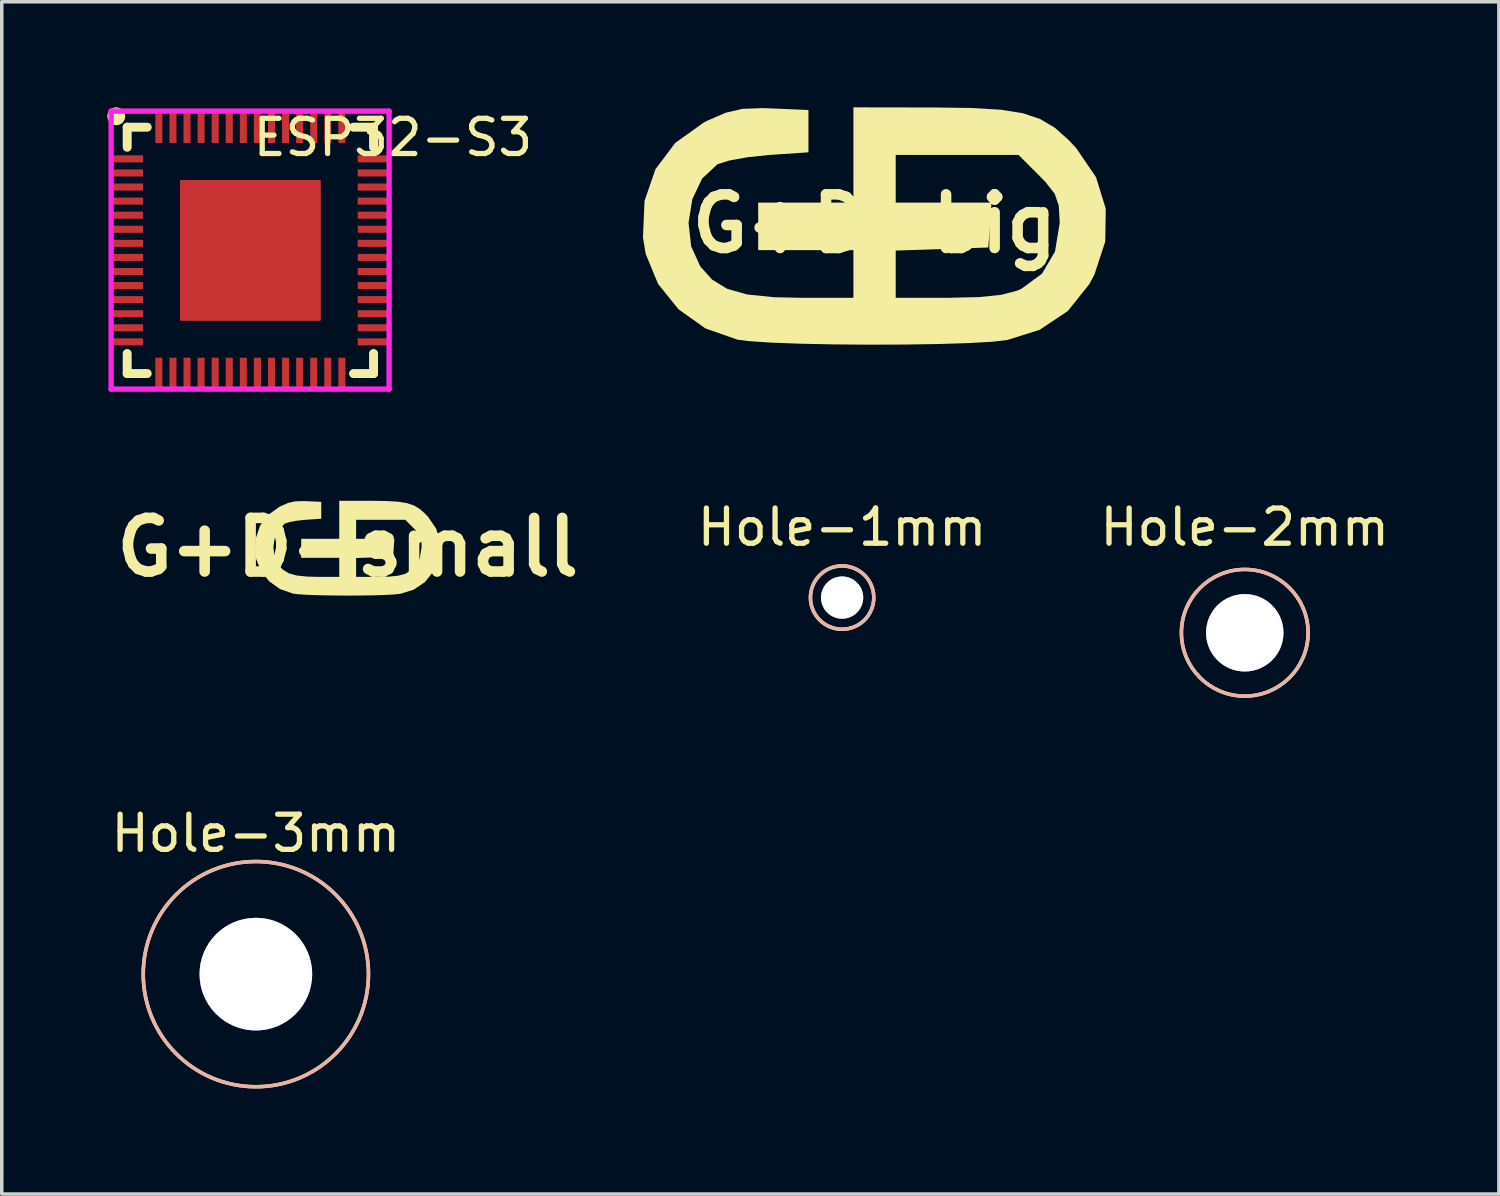
<source format=kicad_pcb>
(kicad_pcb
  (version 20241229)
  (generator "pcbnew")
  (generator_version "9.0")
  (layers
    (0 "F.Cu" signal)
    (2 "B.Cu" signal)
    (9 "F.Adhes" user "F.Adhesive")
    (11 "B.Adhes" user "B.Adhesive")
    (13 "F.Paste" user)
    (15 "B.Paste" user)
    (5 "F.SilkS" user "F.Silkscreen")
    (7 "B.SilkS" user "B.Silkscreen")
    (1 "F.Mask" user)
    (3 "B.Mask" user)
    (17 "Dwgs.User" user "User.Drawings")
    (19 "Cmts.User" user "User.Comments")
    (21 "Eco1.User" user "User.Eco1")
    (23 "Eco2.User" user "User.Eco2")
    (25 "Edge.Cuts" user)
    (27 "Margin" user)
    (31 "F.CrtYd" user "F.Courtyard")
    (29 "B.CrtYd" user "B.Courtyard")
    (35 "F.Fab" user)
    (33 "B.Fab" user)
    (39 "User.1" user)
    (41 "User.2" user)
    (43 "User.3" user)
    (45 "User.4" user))
  (footprint "Hole-1mm"
    (layer "F.Cu")
    (at 20.878 13.93)
    (property "Reference" "Hole-1mm" (at 0 -2 0) (unlocked yes) (layer "F.SilkS") (effects (font (size 1 1) (thickness 0.15))))
    (attr through_hole)
    (fp_circle (center 0 0) (end 0.9 0) (stroke (width 0.1) (type solid)) (fill no) (layer "F.SilkS"))
    (fp_circle (center 0 0) (end 0.9 0) (stroke (width 0.1) (type solid)) (fill no) (layer "B.SilkS"))
    (pad "" thru_hole circle (at 0 0) (size 1.2 1.2) (drill 1.2) (layers "*.Cu" "*.Mask")))
  (footprint "G+D-big"
    (layer "F.Cu")
    (at 21.8 3.307)
    (property "Reference" "G+D-big" (at 0 0 0) (layer "F.SilkS") (effects (font (size 1.524 1.524) (thickness 0.3))))
    (attr board_only exclude_from_pos_files exclude_from_bom)
    (fp_poly (pts (xy 1.691 -3.303) (xy 2.758 -3.289) (xy 3.579 -3.24) (xy 4.211 -3.141) (xy 4.706 -2.975) (xy 5.121 -2.728) (xy 5.51 -2.382) (xy 5.731 -2.147) (xy 6.293 -1.321) (xy 6.569 -0.427) (xy 6.555 0.505) (xy 6.248 1.444) (xy 6.102 1.716) (xy 5.491 2.481) (xy 4.689 3.015) (xy 3.771 3.304) (xy 3.337 3.354) (xy 2.665 3.392) (xy 1.816 3.418) (xy 0.852 3.433) (xy -0.168 3.437) (xy -1.18 3.428) (xy -2.126 3.409) (xy -2.942 3.378) (xy -3.569 3.336) (xy -3.895 3.294) (xy -4.804 2.976) (xy -5.571 2.432) (xy -6.152 1.71) (xy -6.504 0.856) (xy -6.581 0.384) (xy -6.536 -0.649) (xy -6.226 -1.549) (xy -5.661 -2.298) (xy -4.85 -2.878) (xy -4.74 -2.934) (xy -4.224 -3.156) (xy -3.754 -3.264) (xy -3.185 -3.285) (xy -2.914 -3.276) (xy -1.879 -3.231) (xy -1.879 -2.029) (xy -3.006 -1.953) (xy -3.605 -1.89) (xy -4.124 -1.797) (xy -4.455 -1.693) (xy -4.47 -1.685) (xy -4.901 -1.281) (xy -5.178 -0.699) (xy -5.286 -0.028) (xy -5.211 0.645) (xy -4.951 1.215) (xy -4.613 1.59) (xy -4.189 1.849) (xy -3.622 2.01) (xy -2.857 2.088) (xy -2.109 2.104) (xy -0.601 2.104) (xy 0.601 2.104) (xy 2.119 2.104) (xy 2.977 2.084) (xy 3.598 2.02) (xy 4.045 1.904) (xy 4.166 1.853) (xy 4.759 1.418) (xy 5.127 0.79) (xy 5.259 -0.013) (xy 5.26 -0.055) (xy 5.234 -0.518) (xy 5.116 -0.854) (xy 4.848 -1.195) (xy 4.677 -1.37) (xy 4.093 -1.954) (xy 0.601 -1.954) (xy 0.601 -0.601) (xy 3.324 -0.601) (xy 3.278 0.038) (xy 3.231 0.676) (xy 1.916 0.72) (xy 0.601 0.763) (xy 0.601 2.104) (xy -0.601 2.104) (xy -0.601 0.751) (xy -3.307 0.751) (xy -3.307 -0.601) (xy -0.601 -0.601) (xy -0.601 -3.307)) (stroke (width 0) (type solid)) (fill yes) (layer "F.SilkS")))
  (footprint "ESP32-S3"
    (layer "F.Cu")
    (at 4.064 4.064)
    (property "Reference" "ESP32-S3" (at 0 -3.207 0) (layer "F.SilkS") (effects (font (size 1 1) (thickness 0.15)) (justify left)))
    (attr through_hole)
    (fp_line (start -3.5 -3.5) (end -3.5 -2.931) (stroke (width 0.254) (type solid)) (layer "F.SilkS"))
    (fp_line (start -3.5 2.931) (end -3.5 3.5) (stroke (width 0.254) (type solid)) (layer "F.SilkS"))
    (fp_line (start -3.5 3.5) (end -2.931 3.5) (stroke (width 0.254) (type solid)) (layer "F.SilkS"))
    (fp_line (start -2.931 -3.5) (end -3.5 -3.5) (stroke (width 0.254) (type solid)) (layer "F.SilkS"))
    (fp_line (start 2.931 3.5) (end 3.5 3.5) (stroke (width 0.254) (type solid)) (layer "F.SilkS"))
    (fp_line (start 3.5 -3.5) (end 2.931 -3.5) (stroke (width 0.254) (type solid)) (layer "F.SilkS"))
    (fp_line (start 3.5 -2.931) (end 3.5 -3.5) (stroke (width 0.254) (type solid)) (layer "F.SilkS"))
    (fp_line (start 3.5 3.5) (end 3.5 2.931) (stroke (width 0.254) (type solid)) (layer "F.SilkS"))
    (fp_circle (center -3.81 -3.81) (end -3.683 -3.81) (stroke (width 0.254) (type solid)) (fill no) (layer "F.SilkS"))
    (fp_line (start -3.957 -3.957) (end 3.942 -3.957) (stroke (width 0.152) (type solid)) (layer "F.CrtYd"))
    (fp_line (start -3.957 3.942) (end -3.957 -3.957) (stroke (width 0.152) (type solid)) (layer "F.CrtYd"))
    (fp_line (start 3.942 -3.957) (end 3.942 3.942) (stroke (width 0.152) (type solid)) (layer "F.CrtYd"))
    (fp_line (start 3.942 3.942) (end -3.957 3.942) (stroke (width 0.152) (type solid)) (layer "F.CrtYd"))
    (pad "1" smd rect (at -3.5 -2.6 270) (size 0.2 0.9) (layers "F.Cu" "F.Mask" "F.Paste"))
    (pad "2" smd rect (at -3.5 -2.2 270) (size 0.2 0.9) (layers "F.Cu" "F.Mask" "F.Paste"))
    (pad "3" smd rect (at -3.5 -1.8 270) (size 0.2 0.9) (layers "F.Cu" "F.Mask" "F.Paste"))
    (pad "4" smd rect (at -3.5 -1.4 270) (size 0.2 0.9) (layers "F.Cu" "F.Mask" "F.Paste"))
    (pad "5" smd rect (at -3.5 -1 270) (size 0.2 0.9) (layers "F.Cu" "F.Mask" "F.Paste"))
    (pad "6" smd rect (at -3.5 -0.6 270) (size 0.2 0.9) (layers "F.Cu" "F.Mask" "F.Paste"))
    (pad "7" smd rect (at -3.5 -0.2 270) (size 0.2 0.9) (layers "F.Cu" "F.Mask" "F.Paste"))
    (pad "8" smd rect (at -3.5 0.2 270) (size 0.2 0.9) (layers "F.Cu" "F.Mask" "F.Paste"))
    (pad "9" smd rect (at -3.5 0.6 270) (size 0.2 0.9) (layers "F.Cu" "F.Mask" "F.Paste"))
    (pad "10" smd rect (at -3.5 1 270) (size 0.2 0.9) (layers "F.Cu" "F.Mask" "F.Paste"))
    (pad "11" smd rect (at -3.5 1.4 270) (size 0.2 0.9) (layers "F.Cu" "F.Mask" "F.Paste"))
    (pad "12" smd rect (at -3.5 1.8 270) (size 0.2 0.9) (layers "F.Cu" "F.Mask" "F.Paste"))
    (pad "13" smd rect (at -3.5 2.2 270) (size 0.2 0.9) (layers "F.Cu" "F.Mask" "F.Paste"))
    (pad "14" smd rect (at -3.5 2.6 270) (size 0.2 0.9) (layers "F.Cu" "F.Mask" "F.Paste"))
    (pad "15" smd rect (at -2.6 3.5) (size 0.2 0.9) (layers "F.Cu" "F.Mask" "F.Paste"))
    (pad "16" smd rect (at -2.2 3.5) (size 0.2 0.9) (layers "F.Cu" "F.Mask" "F.Paste"))
    (pad "17" smd rect (at -1.8 3.5) (size 0.2 0.9) (layers "F.Cu" "F.Mask" "F.Paste"))
    (pad "18" smd rect (at -1.4 3.5) (size 0.2 0.9) (layers "F.Cu" "F.Mask" "F.Paste"))
    (pad "19" smd rect (at -1 3.5) (size 0.2 0.9) (layers "F.Cu" "F.Mask" "F.Paste"))
    (pad "20" smd rect (at -0.6 3.5) (size 0.2 0.9) (layers "F.Cu" "F.Mask" "F.Paste"))
    (pad "21" smd rect (at -0.2 3.5) (size 0.2 0.9) (layers "F.Cu" "F.Mask" "F.Paste"))
    (pad "22" smd rect (at 0.2 3.5) (size 0.2 0.9) (layers "F.Cu" "F.Mask" "F.Paste"))
    (pad "23" smd rect (at 0.6 3.5) (size 0.2 0.9) (layers "F.Cu" "F.Mask" "F.Paste"))
    (pad "24" smd rect (at 1 3.5) (size 0.2 0.9) (layers "F.Cu" "F.Mask" "F.Paste"))
    (pad "25" smd rect (at 1.4 3.5) (size 0.2 0.9) (layers "F.Cu" "F.Mask" "F.Paste"))
    (pad "26" smd rect (at 1.8 3.5) (size 0.2 0.9) (layers "F.Cu" "F.Mask" "F.Paste"))
    (pad "27" smd rect (at 2.2 3.5) (size 0.2 0.9) (layers "F.Cu" "F.Mask" "F.Paste"))
    (pad "28" smd rect (at 2.6 3.5) (size 0.2 0.9) (layers "F.Cu" "F.Mask" "F.Paste"))
    (pad "29" smd rect (at 3.5 2.6 90) (size 0.2 0.9) (layers "F.Cu" "F.Mask" "F.Paste"))
    (pad "30" smd rect (at 3.5 2.2 90) (size 0.2 0.9) (layers "F.Cu" "F.Mask" "F.Paste"))
    (pad "31" smd rect (at 3.5 1.8 90) (size 0.2 0.9) (layers "F.Cu" "F.Mask" "F.Paste"))
    (pad "32" smd rect (at 3.5 1.4 90) (size 0.2 0.9) (layers "F.Cu" "F.Mask" "F.Paste"))
    (pad "33" smd rect (at 3.5 1 90) (size 0.2 0.9) (layers "F.Cu" "F.Mask" "F.Paste"))
    (pad "34" smd rect (at 3.5 0.6 90) (size 0.2 0.9) (layers "F.Cu" "F.Mask" "F.Paste"))
    (pad "35" smd rect (at 3.5 0.2 90) (size 0.2 0.9) (layers "F.Cu" "F.Mask" "F.Paste"))
    (pad "36" smd rect (at 3.5 -0.2 90) (size 0.2 0.9) (layers "F.Cu" "F.Mask" "F.Paste"))
    (pad "37" smd rect (at 3.5 -0.6 90) (size 0.2 0.9) (layers "F.Cu" "F.Mask" "F.Paste"))
    (pad "38" smd rect (at 3.5 -1 90) (size 0.2 0.9) (layers "F.Cu" "F.Mask" "F.Paste"))
    (pad "39" smd rect (at 3.5 -1.4 90) (size 0.2 0.9) (layers "F.Cu" "F.Mask" "F.Paste"))
    (pad "40" smd rect (at 3.5 -1.8 90) (size 0.2 0.9) (layers "F.Cu" "F.Mask" "F.Paste"))
    (pad "41" smd rect (at 3.5 -2.6 90) (size 0.2 0.9) (layers "F.Cu" "F.Mask" "F.Paste"))
    (pad "42" smd rect (at 3.5 -2.2 90) (size 0.2 0.9) (layers "F.Cu" "F.Mask" "F.Paste"))
    (pad "43" smd rect (at 2.6 -3.5 180) (size 0.2 0.9) (layers "F.Cu" "F.Mask" "F.Paste"))
    (pad "44" smd rect (at 2.2 -3.5 180) (size 0.2 0.9) (layers "F.Cu" "F.Mask" "F.Paste"))
    (pad "45" smd rect (at 1.8 -3.5 180) (size 0.2 0.9) (layers "F.Cu" "F.Mask" "F.Paste"))
    (pad "46" smd rect (at 1.4 -3.5 180) (size 0.2 0.9) (layers "F.Cu" "F.Mask" "F.Paste"))
    (pad "47" smd rect (at 1 -3.5 180) (size 0.2 0.9) (layers "F.Cu" "F.Mask" "F.Paste"))
    (pad "48" smd rect (at 0.6 -3.5 180) (size 0.2 0.9) (layers "F.Cu" "F.Mask" "F.Paste"))
    (pad "49" smd rect (at 0.2 -3.5 180) (size 0.2 0.9) (layers "F.Cu" "F.Mask" "F.Paste"))
    (pad "50" smd rect (at -0.2 -3.5 180) (size 0.2 0.9) (layers "F.Cu" "F.Mask" "F.Paste"))
    (pad "51" smd rect (at -0.6 -3.5 180) (size 0.2 0.9) (layers "F.Cu" "F.Mask" "F.Paste"))
    (pad "52" smd rect (at -1 -3.5 180) (size 0.2 0.9) (layers "F.Cu" "F.Mask" "F.Paste"))
    (pad "53" smd rect (at -1.4 -3.5 180) (size 0.2 0.9) (layers "F.Cu" "F.Mask" "F.Paste"))
    (pad "54" smd rect (at -1.8 -3.5 180) (size 0.2 0.9) (layers "F.Cu" "F.Mask" "F.Paste"))
    (pad "55" smd rect (at -2.2 -3.5 180) (size 0.2 0.9) (layers "F.Cu" "F.Mask" "F.Paste"))
    (pad "56" smd rect (at -2.6 -3.5 180) (size 0.2 0.9) (layers "F.Cu" "F.Mask" "F.Paste"))
    (pad "57" smd rect (at 0 0) (size 4 4) (layers "F.Cu" "F.Mask" "F.Paste")))
  (footprint "Hole-3mm"
    (layer "F.Cu")
    (at 4.22 24.439)
    (property "Reference" "Hole-3mm" (at 0 -3.81 0) (unlocked yes) (layer "F.SilkS") (effects (font (size 1 1) (thickness 0.15))))
    (attr through_hole)
    (fp_circle (center 0 0.19) (end 3.2 0.19) (stroke (width 0.1) (type solid)) (fill no) (layer "F.SilkS"))
    (fp_circle (center 0 0.19) (end 3.2 0.19) (stroke (width 0.1) (type solid)) (fill no) (layer "B.SilkS"))
    (pad "" thru_hole circle (at 0 0.19) (size 3.2 3.2) (drill 3.2) (layers "*.Cu" "*.Mask")))
  (footprint "Hole-2mm"
    (layer "F.Cu")
    (at 32.319 14.93)
    (property "Reference" "Hole-2mm" (at 0 -3 0) (unlocked yes) (layer "F.SilkS") (effects (font (size 1 1) (thickness 0.15))))
    (attr through_hole)
    (fp_circle (center 0 0) (end 1.8 0) (stroke (width 0.1) (type solid)) (fill no) (layer "F.SilkS"))
    (fp_circle (center 0 0) (end 1.8 0) (stroke (width 0.1) (type solid)) (fill no) (layer "B.SilkS"))
    (pad "" thru_hole circle (at 0 0) (size 2.2 2.2) (drill 2.2) (layers "*.Cu" "*.Mask")))
  (footprint "G+D-small"
    (layer "F.Cu")
    (at 6.829 12.5)
    (property "Reference" "G+D-small" (at 0 0 0) (layer "F.SilkS") (effects (font (size 1.524 1.524) (thickness 0.3))))
    (attr board_only exclude_from_pos_files exclude_from_bom)
    (fp_poly (pts (xy 0.676 -1.32) (xy 1.102 -1.314) (xy 1.43 -1.295) (xy 1.682 -1.255) (xy 1.88 -1.189) (xy 2.046 -1.09) (xy 2.201 -0.952) (xy 2.29 -0.858) (xy 2.514 -0.528) (xy 2.624 -0.17) (xy 2.619 0.202) (xy 2.496 0.577) (xy 2.438 0.686) (xy 2.194 0.991) (xy 1.873 1.205) (xy 1.507 1.32) (xy 1.333 1.34) (xy 1.065 1.355) (xy 0.726 1.366) (xy 0.34 1.372) (xy -0.067 1.373) (xy -0.472 1.37) (xy -0.849 1.362) (xy -1.175 1.35) (xy -1.426 1.333) (xy -1.556 1.316) (xy -1.919 1.189) (xy -2.226 0.972) (xy -2.458 0.683) (xy -2.598 0.342) (xy -2.629 0.153) (xy -2.611 -0.259) (xy -2.487 -0.619) (xy -2.262 -0.918) (xy -1.938 -1.15) (xy -1.894 -1.172) (xy -1.688 -1.261) (xy -1.5 -1.304) (xy -1.272 -1.312) (xy -1.164 -1.309) (xy -0.751 -1.291) (xy -0.751 -0.811) (xy -1.201 -0.78) (xy -1.44 -0.755) (xy -1.648 -0.718) (xy -1.78 -0.676) (xy -1.786 -0.673) (xy -1.958 -0.512) (xy -2.069 -0.279) (xy -2.112 -0.011) (xy -2.082 0.258) (xy -1.978 0.485) (xy -1.843 0.635) (xy -1.674 0.739) (xy -1.447 0.803) (xy -1.141 0.834) (xy -0.843 0.841) (xy -0.24 0.841) (xy 0.24 0.841) (xy 0.847 0.841) (xy 1.189 0.833) (xy 1.438 0.807) (xy 1.616 0.761) (xy 1.664 0.74) (xy 1.901 0.566) (xy 2.048 0.316) (xy 2.101 -0.005) (xy 2.101 -0.022) (xy 2.091 -0.207) (xy 2.044 -0.341) (xy 1.937 -0.477) (xy 1.869 -0.547) (xy 1.635 -0.781) (xy 0.24 -0.781) (xy 0.24 -0.24) (xy 1.328 -0.24) (xy 1.309 0.015) (xy 1.291 0.27) (xy 0.766 0.288) (xy 0.24 0.305) (xy 0.24 0.841) (xy -0.24 0.841) (xy -0.24 0.3) (xy -1.321 0.3) (xy -1.321 -0.24) (xy -0.24 -0.24) (xy -0.24 -1.321)) (stroke (width 0) (type solid)) (fill yes) (layer "F.SilkS")))
  (gr_rect
    (start -3 -3)
    (end 39.539 30.878)
    (stroke (width 0.1) (type default))
    (fill no)
    (layer "Edge.Cuts")))
</source>
